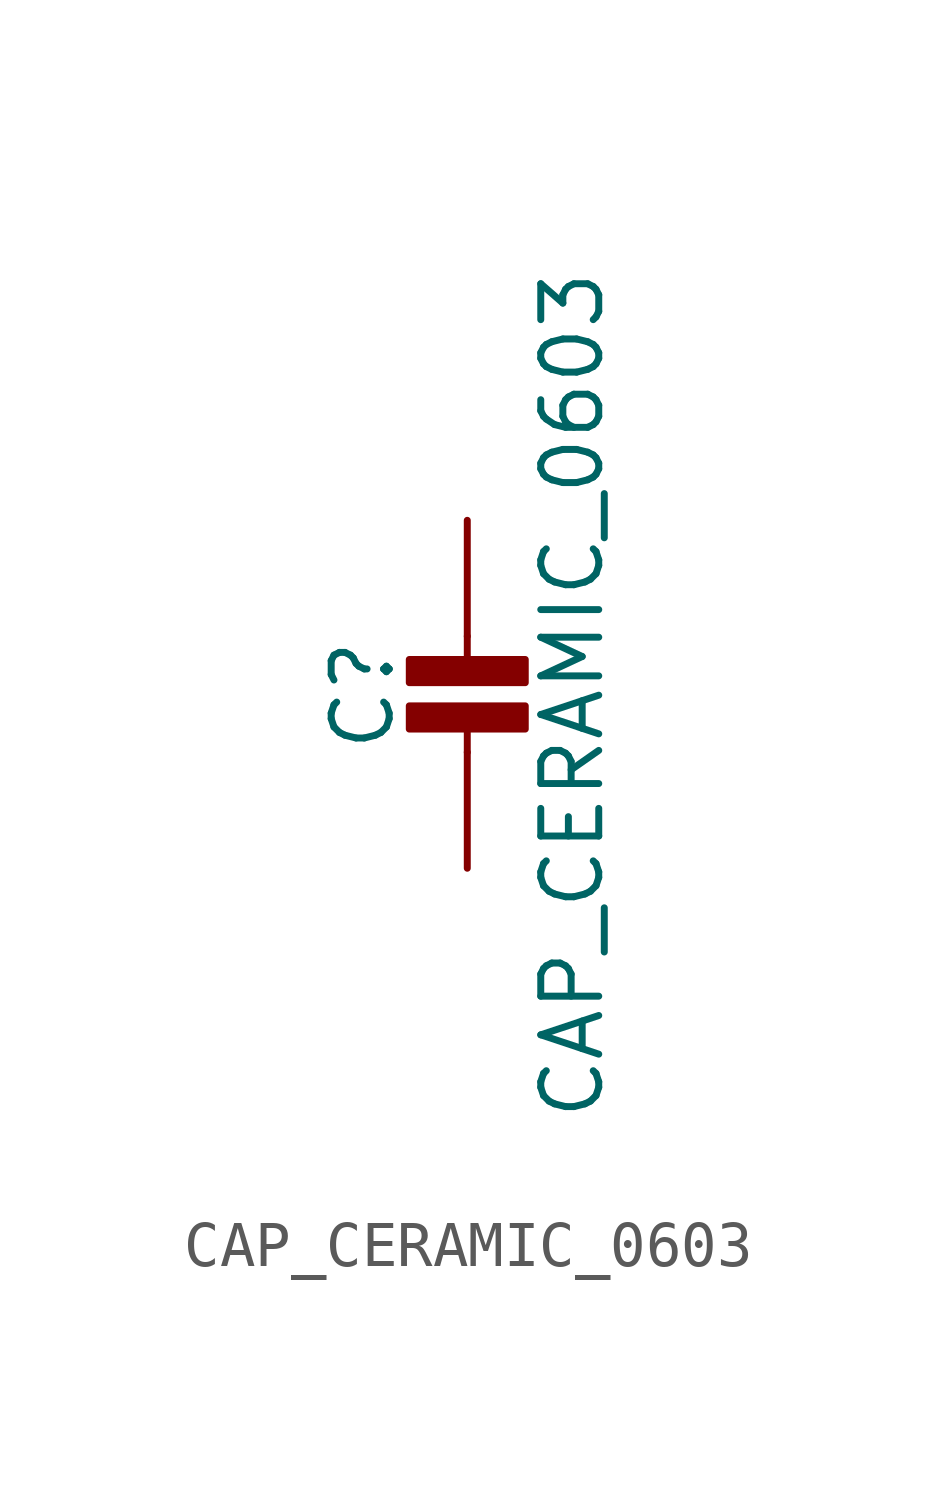
<source format=kicad_sym>
(kicad_symbol_lib
  (version 20211014)
  (generator kicad_symbol_editor)
  (symbol "CAP_CERAMIC_0603"
    (property "Reference" "C"
      (at -2.29 1.25 90)
      (effects (font (size 1.27 1.27))))
    (property "Value" "CAP_CERAMIC_0603"
      (at 2.3 1.25 90)
      (effects (font (size 1.27 1.27))))
    (property "ki_locked" ""
      (at 0 0 0)
      (effects (font (size 1.27 1.27))))
    (symbol "CAP_CERAMIC_0603_1_0"
      (rectangle (start -1.27 0.508) (end 1.27 1.016) (stroke (width 0) (type default) (color 0 0 0 0)) (fill (type outline)))
      (rectangle (start -1.27 1.524) (end 1.27 2.032) (stroke (width 0) (type default) (color 0 0 0 0)) (fill (type outline)))
      (polyline (pts (xy 0 0.762) (xy 0 0)) (stroke (width 0.152) (type default) (color 0 0 0 0)) (fill (type none)))
      (polyline (pts (xy 0 2.54) (xy 0 1.778)) (stroke (width 0.152) (type default) (color 0 0 0 0)) (fill (type none)))
      (pin passive line (at 0 5.08 270) (length 2.54) (name "1" (effects (font (size 0 0)))) (number "1" (effects (font (size 0 0)))))
      (pin passive line (at 0 -2.54 90) (length 2.54) (name "2" (effects (font (size 0 0)))) (number "2" (effects (font (size 0 0))))))))
</source>
